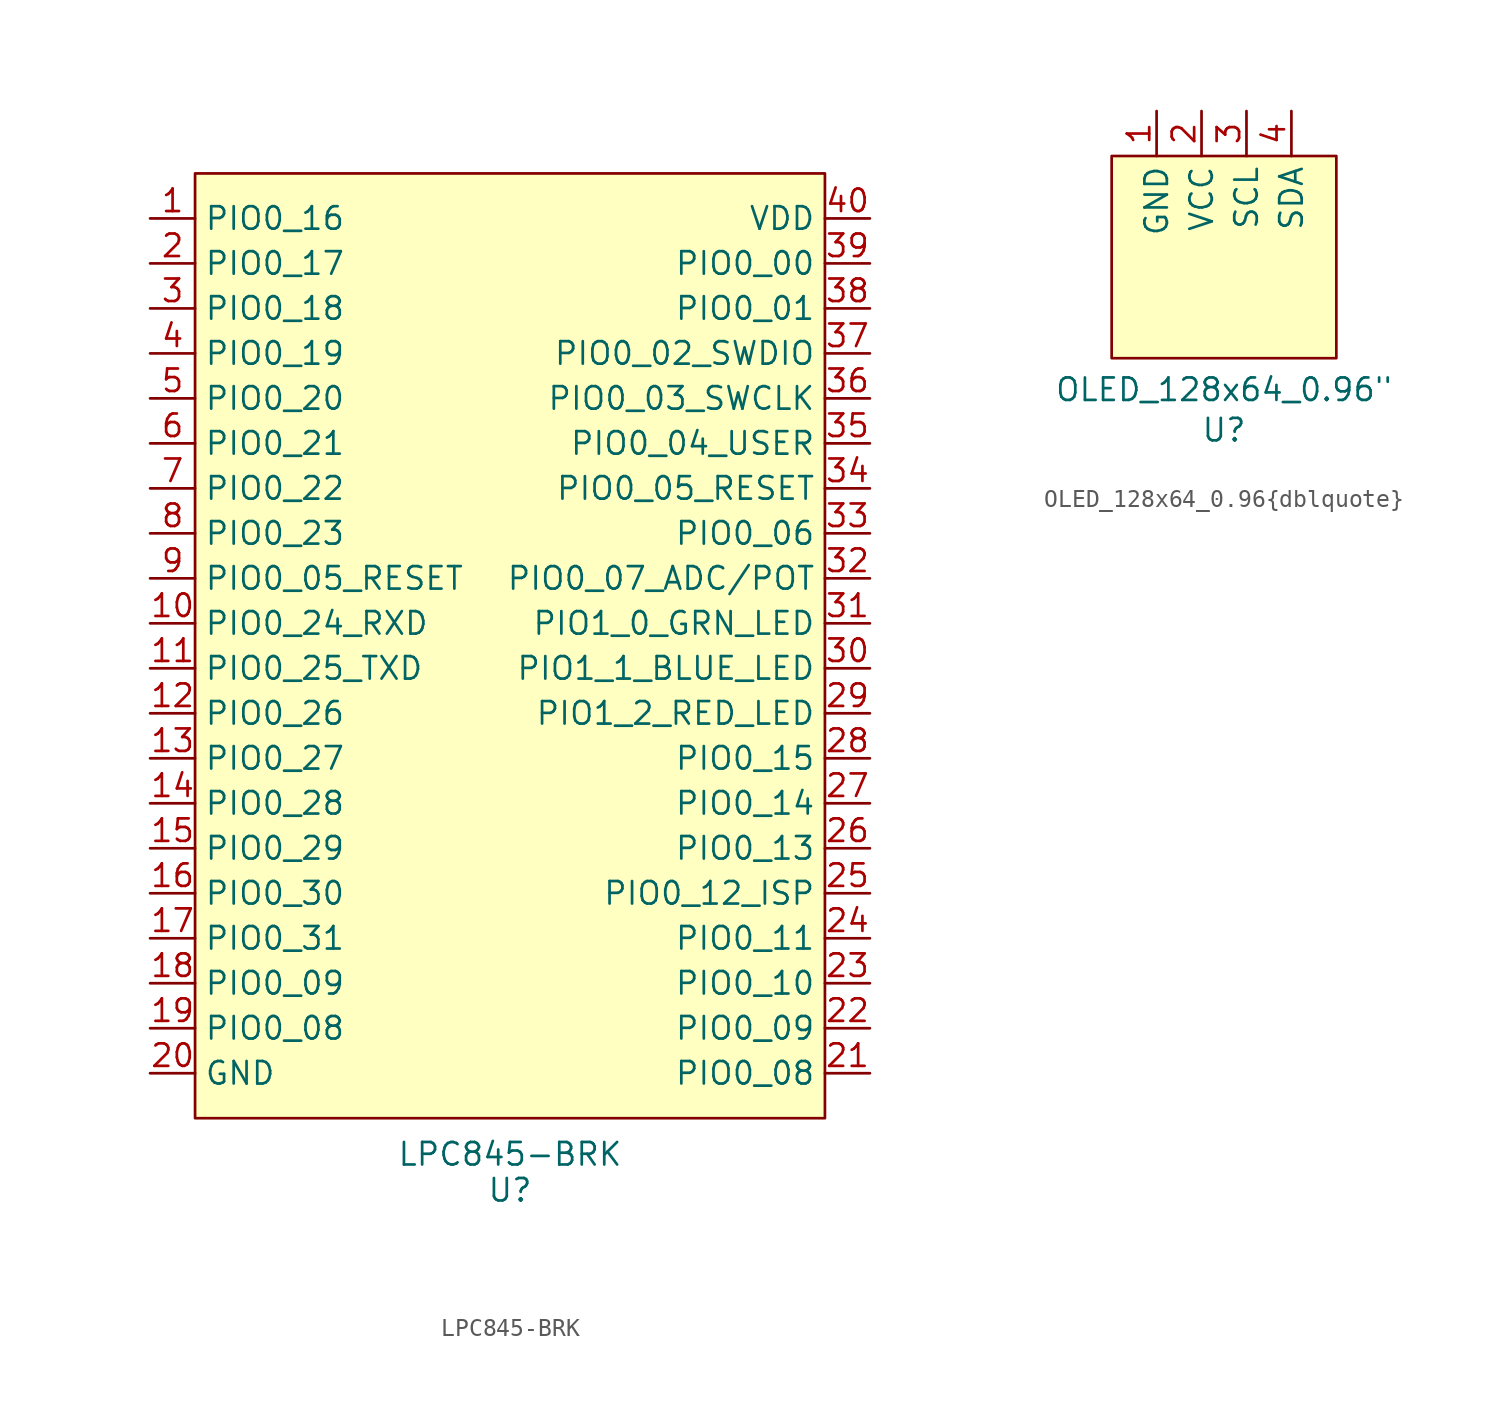
<source format=kicad_sym>
(kicad_symbol_lib
  (version 20231120)
  (generator "kicad_symbol_editor")
  (generator_version "8.0")
  (symbol "LPC845-BRK"
    (property "Reference" "U"
      (at 0 -30.734 0)
      (effects (font (size 1.27 1.27))))
    (property "Value" "LPC845-BRK"
      (at 0 -28.702 0)
      (effects (font (size 1.27 1.27))))
    (symbol "LPC845-BRK_1_1"
      (rectangle (start -17.78 26.67) (end 17.78 -26.67) (stroke (width 0) (type default)) (fill (type background)))
      (pin bidirectional line (at -20.32 24.13 0) (length 2.54) (name "PIO0_16" (effects (font (size 1.27 1.27)))) (number "1" (effects (font (size 1.27 1.27)))))
      (pin input line (at -20.32 1.27 0) (length 2.54) (name "PIO0_24_RXD" (effects (font (size 1.27 1.27)))) (number "10" (effects (font (size 1.27 1.27)))))
      (pin output line (at -20.32 -1.27 0) (length 2.54) (name "PIO0_25_TXD" (effects (font (size 1.27 1.27)))) (number "11" (effects (font (size 1.27 1.27)))))
      (pin bidirectional line (at -20.32 -3.81 0) (length 2.54) (name "PIO0_26" (effects (font (size 1.27 1.27)))) (number "12" (effects (font (size 1.27 1.27)))))
      (pin bidirectional line (at -20.32 -6.35 0) (length 2.54) (name "PIO0_27" (effects (font (size 1.27 1.27)))) (number "13" (effects (font (size 1.27 1.27)))))
      (pin bidirectional line (at -20.32 -8.89 0) (length 2.54) (name "PIO0_28" (effects (font (size 1.27 1.27)))) (number "14" (effects (font (size 1.27 1.27)))))
      (pin bidirectional line (at -20.32 -11.43 0) (length 2.54) (name "PIO0_29" (effects (font (size 1.27 1.27)))) (number "15" (effects (font (size 1.27 1.27)))))
      (pin bidirectional line (at -20.32 -13.97 0) (length 2.54) (name "PIO0_30" (effects (font (size 1.27 1.27)))) (number "16" (effects (font (size 1.27 1.27)))))
      (pin bidirectional line (at -20.32 -16.51 0) (length 2.54) (name "PIO0_31" (effects (font (size 1.27 1.27)))) (number "17" (effects (font (size 1.27 1.27)))))
      (pin bidirectional line (at -20.32 -19.05 0) (length 2.54) (name "PIO0_09" (effects (font (size 1.27 1.27)))) (number "18" (effects (font (size 1.27 1.27)))))
      (pin bidirectional line (at -20.32 -21.59 0) (length 2.54) (name "PIO0_08" (effects (font (size 1.27 1.27)))) (number "19" (effects (font (size 1.27 1.27)))))
      (pin bidirectional line (at -20.32 21.59 0) (length 2.54) (name "PIO0_17" (effects (font (size 1.27 1.27)))) (number "2" (effects (font (size 1.27 1.27)))))
      (pin power_in line (at -20.32 -24.13 0) (length 2.54) (name "GND" (effects (font (size 1.27 1.27)))) (number "20" (effects (font (size 1.27 1.27)))))
      (pin bidirectional line (at 20.32 -24.13 180) (length 2.54) (name "PIO0_08" (effects (font (size 1.27 1.27)))) (number "21" (effects (font (size 1.27 1.27)))))
      (pin bidirectional line (at 20.32 -21.59 180) (length 2.54) (name "PIO0_09" (effects (font (size 1.27 1.27)))) (number "22" (effects (font (size 1.27 1.27)))))
      (pin bidirectional line (at 20.32 -19.05 180) (length 2.54) (name "PIO0_10" (effects (font (size 1.27 1.27)))) (number "23" (effects (font (size 1.27 1.27)))))
      (pin bidirectional line (at 20.32 -16.51 180) (length 2.54) (name "PIO0_11" (effects (font (size 1.27 1.27)))) (number "24" (effects (font (size 1.27 1.27)))))
      (pin bidirectional line (at 20.32 -13.97 180) (length 2.54) (name "PIO0_12_ISP" (effects (font (size 1.27 1.27)))) (number "25" (effects (font (size 1.27 1.27)))))
      (pin bidirectional line (at 20.32 -11.43 180) (length 2.54) (name "PIO0_13" (effects (font (size 1.27 1.27)))) (number "26" (effects (font (size 1.27 1.27)))))
      (pin bidirectional line (at 20.32 -8.89 180) (length 2.54) (name "PIO0_14" (effects (font (size 1.27 1.27)))) (number "27" (effects (font (size 1.27 1.27)))))
      (pin bidirectional line (at 20.32 -6.35 180) (length 2.54) (name "PIO0_15" (effects (font (size 1.27 1.27)))) (number "28" (effects (font (size 1.27 1.27)))))
      (pin bidirectional line (at 20.32 -3.81 180) (length 2.54) (name "PIO1_2_RED_LED" (effects (font (size 1.27 1.27)))) (number "29" (effects (font (size 1.27 1.27)))))
      (pin bidirectional line (at -20.32 19.05 0) (length 2.54) (name "PIO0_18" (effects (font (size 1.27 1.27)))) (number "3" (effects (font (size 1.27 1.27)))))
      (pin bidirectional line (at 20.32 -1.27 180) (length 2.54) (name "PIO1_1_BLUE_LED" (effects (font (size 1.27 1.27)))) (number "30" (effects (font (size 1.27 1.27)))))
      (pin bidirectional line (at 20.32 1.27 180) (length 2.54) (name "PIO1_0_GRN_LED" (effects (font (size 1.27 1.27)))) (number "31" (effects (font (size 1.27 1.27)))))
      (pin input line (at 20.32 3.81 180) (length 2.54) (name "PIO0_07_ADC/POT" (effects (font (size 1.27 1.27)))) (number "32" (effects (font (size 1.27 1.27)))))
      (pin bidirectional line (at 20.32 6.35 180) (length 2.54) (name "PIO0_06" (effects (font (size 1.27 1.27)))) (number "33" (effects (font (size 1.27 1.27)))))
      (pin input line (at 20.32 8.89 180) (length 2.54) (name "PIO0_05_RESET" (effects (font (size 1.27 1.27)))) (number "34" (effects (font (size 1.27 1.27)))))
      (pin bidirectional line (at 20.32 11.43 180) (length 2.54) (name "PIO0_04_USER" (effects (font (size 1.27 1.27)))) (number "35" (effects (font (size 1.27 1.27)))))
      (pin bidirectional line (at 20.32 13.97 180) (length 2.54) (name "PIO0_03_SWCLK" (effects (font (size 1.27 1.27)))) (number "36" (effects (font (size 1.27 1.27)))))
      (pin bidirectional line (at 20.32 16.51 180) (length 2.54) (name "PIO0_02_SWDIO" (effects (font (size 1.27 1.27)))) (number "37" (effects (font (size 1.27 1.27)))))
      (pin bidirectional line (at 20.32 19.05 180) (length 2.54) (name "PIO0_01" (effects (font (size 1.27 1.27)))) (number "38" (effects (font (size 1.27 1.27)))))
      (pin bidirectional line (at 20.32 21.59 180) (length 2.54) (name "PIO0_00" (effects (font (size 1.27 1.27)))) (number "39" (effects (font (size 1.27 1.27)))))
      (pin bidirectional line (at -20.32 16.51 0) (length 2.54) (name "PIO0_19" (effects (font (size 1.27 1.27)))) (number "4" (effects (font (size 1.27 1.27)))))
      (pin power_in line (at 20.32 24.13 180) (length 2.54) (name "VDD" (effects (font (size 1.27 1.27)))) (number "40" (effects (font (size 1.27 1.27)))))
      (pin bidirectional line (at -20.32 13.97 0) (length 2.54) (name "PIO0_20" (effects (font (size 1.27 1.27)))) (number "5" (effects (font (size 1.27 1.27)))))
      (pin bidirectional line (at -20.32 11.43 0) (length 2.54) (name "PIO0_21" (effects (font (size 1.27 1.27)))) (number "6" (effects (font (size 1.27 1.27)))))
      (pin bidirectional line (at -20.32 8.89 0) (length 2.54) (name "PIO0_22" (effects (font (size 1.27 1.27)))) (number "7" (effects (font (size 1.27 1.27)))))
      (pin bidirectional line (at -20.32 6.35 0) (length 2.54) (name "PIO0_23" (effects (font (size 1.27 1.27)))) (number "8" (effects (font (size 1.27 1.27)))))
      (pin input line (at -20.32 3.81 0) (length 2.54) (name "PIO0_05_RESET" (effects (font (size 1.27 1.27)))) (number "9" (effects (font (size 1.27 1.27)))))))
  (symbol "OLED_128x64_0.96{dblquote}"
    (property "Reference" "U"
      (at 0 -10.414 0)
      (effects (font (size 1.27 1.27))))
    (property "Value" "OLED_128x64_0.96\""
      (at 0 -8.128 0)
      (effects (font (size 1.27 1.27))))
    (symbol "OLED_128x64_0.96{dblquote}_1_1"
      (rectangle (start -6.35 5.08) (end 6.35 -6.35) (stroke (width 0) (type default)) (fill (type background)))
      (pin power_in line (at -3.81 7.62 270) (length 2.54) (name "GND" (effects (font (size 1.27 1.27)))) (number "1" (effects (font (size 1.27 1.27)))))
      (pin power_in line (at -1.27 7.62 270) (length 2.54) (name "VCC" (effects (font (size 1.27 1.27)))) (number "2" (effects (font (size 1.27 1.27)))))
      (pin input line (at 1.27 7.62 270) (length 2.54) (name "SCL" (effects (font (size 1.27 1.27)))) (number "3" (effects (font (size 1.27 1.27)))))
      (pin bidirectional line (at 3.81 7.62 270) (length 2.54) (name "SDA" (effects (font (size 1.27 1.27)))) (number "4" (effects (font (size 1.27 1.27))))))))
</source>
